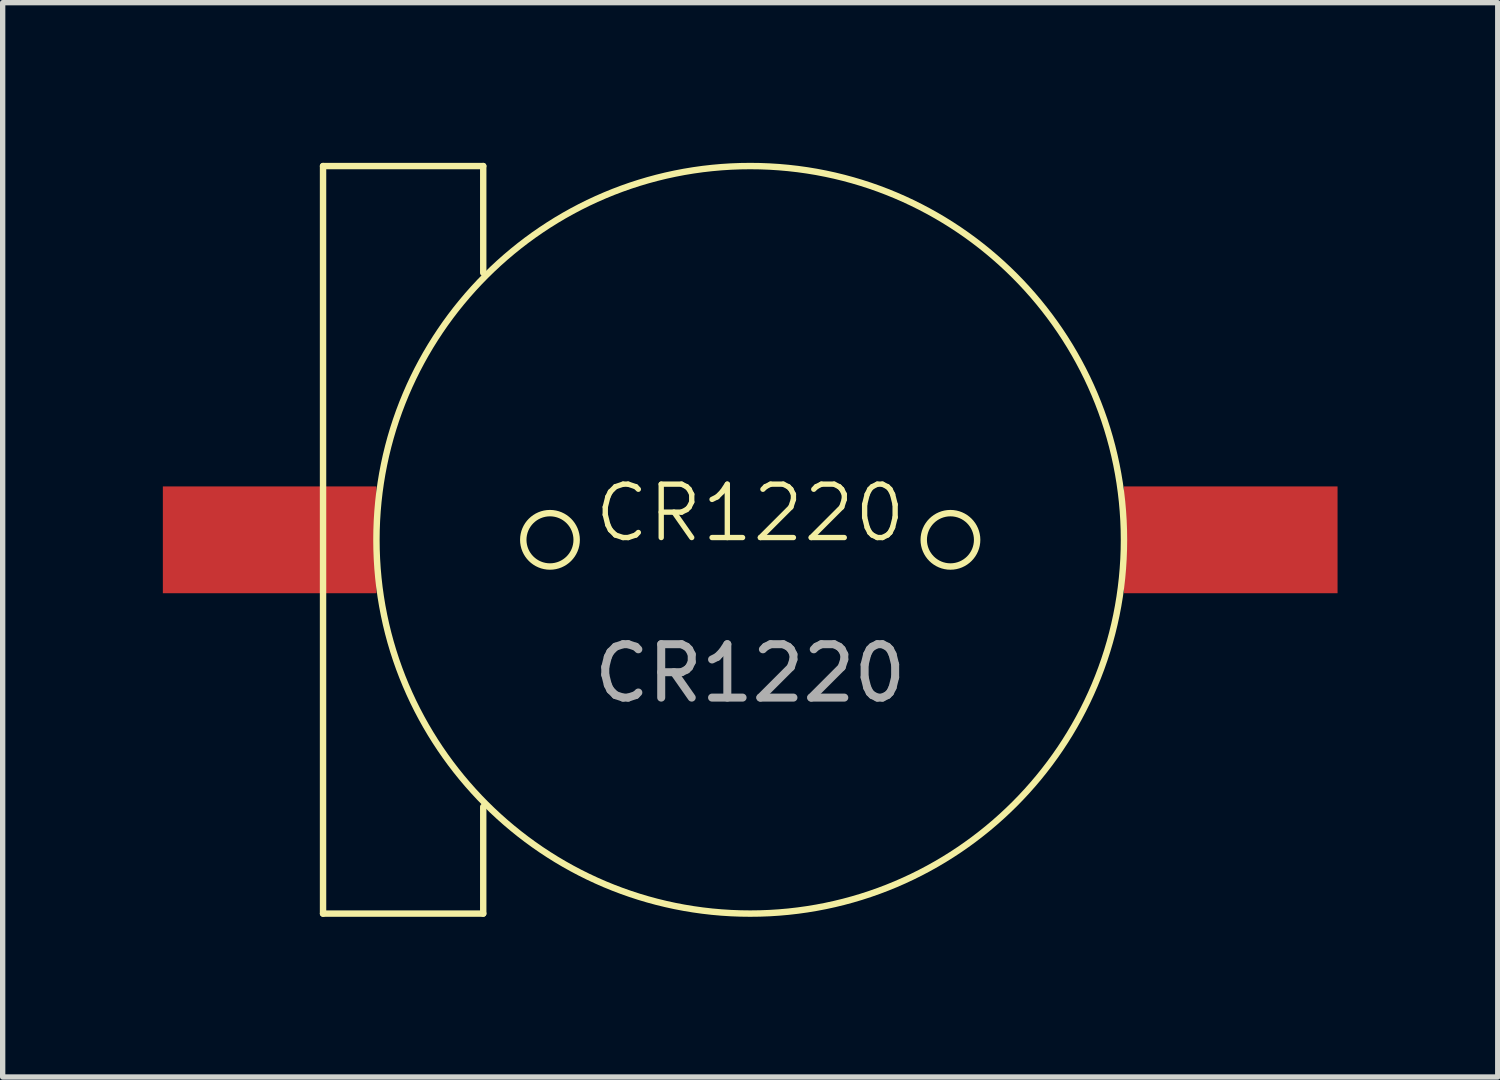
<source format=kicad_pcb>
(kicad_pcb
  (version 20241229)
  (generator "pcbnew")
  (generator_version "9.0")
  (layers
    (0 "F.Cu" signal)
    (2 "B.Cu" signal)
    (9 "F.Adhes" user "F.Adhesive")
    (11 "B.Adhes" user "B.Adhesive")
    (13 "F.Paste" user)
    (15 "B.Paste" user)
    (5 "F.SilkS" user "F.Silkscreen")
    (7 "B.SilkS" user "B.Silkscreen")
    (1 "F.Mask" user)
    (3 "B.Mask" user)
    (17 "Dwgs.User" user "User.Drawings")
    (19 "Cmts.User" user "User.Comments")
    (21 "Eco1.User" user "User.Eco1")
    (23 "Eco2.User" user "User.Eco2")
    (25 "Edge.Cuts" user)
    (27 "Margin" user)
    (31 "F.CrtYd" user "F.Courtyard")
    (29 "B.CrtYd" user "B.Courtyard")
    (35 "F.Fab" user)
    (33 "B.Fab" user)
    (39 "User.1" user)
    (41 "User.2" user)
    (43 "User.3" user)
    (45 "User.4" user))
  (footprint "CR1220"
    (layer "F.Cu")
    (at 11 7.06)
    (property "Reference" "CR1220" (at 0 -0.5 0) (unlocked yes) (layer "F.SilkS") (effects (font (size 1 1) (thickness 0.1))))
    (attr through_hole)
    (fp_line (start -8 -7) (end -8 7) (stroke (width 0.12) (type solid)) (layer "F.SilkS"))
    (fp_line (start -8 -7) (end -5 -7) (stroke (width 0.12) (type solid)) (layer "F.SilkS"))
    (fp_line (start -8 7) (end -5 7) (stroke (width 0.12) (type solid)) (layer "F.SilkS"))
    (fp_line (start -5 -7) (end -5 -5) (stroke (width 0.12) (type solid)) (layer "F.SilkS"))
    (fp_line (start -5 7) (end -5 5) (stroke (width 0.12) (type solid)) (layer "F.SilkS"))
    (fp_circle (center -3.75 0) (end -3.25 0) (stroke (width 0.12) (type solid)) (fill no) (layer "F.SilkS"))
    (fp_circle (center 0 0) (end 7 0) (stroke (width 0.12) (type solid)) (fill no) (layer "F.SilkS"))
    (fp_circle (center 3.75 0) (end 4.25 0) (stroke (width 0.12) (type solid)) (fill no) (layer "F.SilkS"))
    (fp_text user "${REFERENCE}" (at 0 2.5 0) (unlocked yes) (layer "F.Fab") (effects (font (size 1 1) (thickness 0.15))))
    (pad "1" smd rect (at -9 0) (size 4 2) (layers "F.Cu" "F.Mask" "F.Paste"))
    (pad "2" smd rect (at 9 0) (size 4 2) (layers "F.Cu" "F.Mask" "F.Paste")))
  (gr_rect
    (start -3 -3)
    (end 25 17.12)
    (stroke (width 0.1) (type default))
    (fill no)
    (layer "Edge.Cuts")))
</source>
